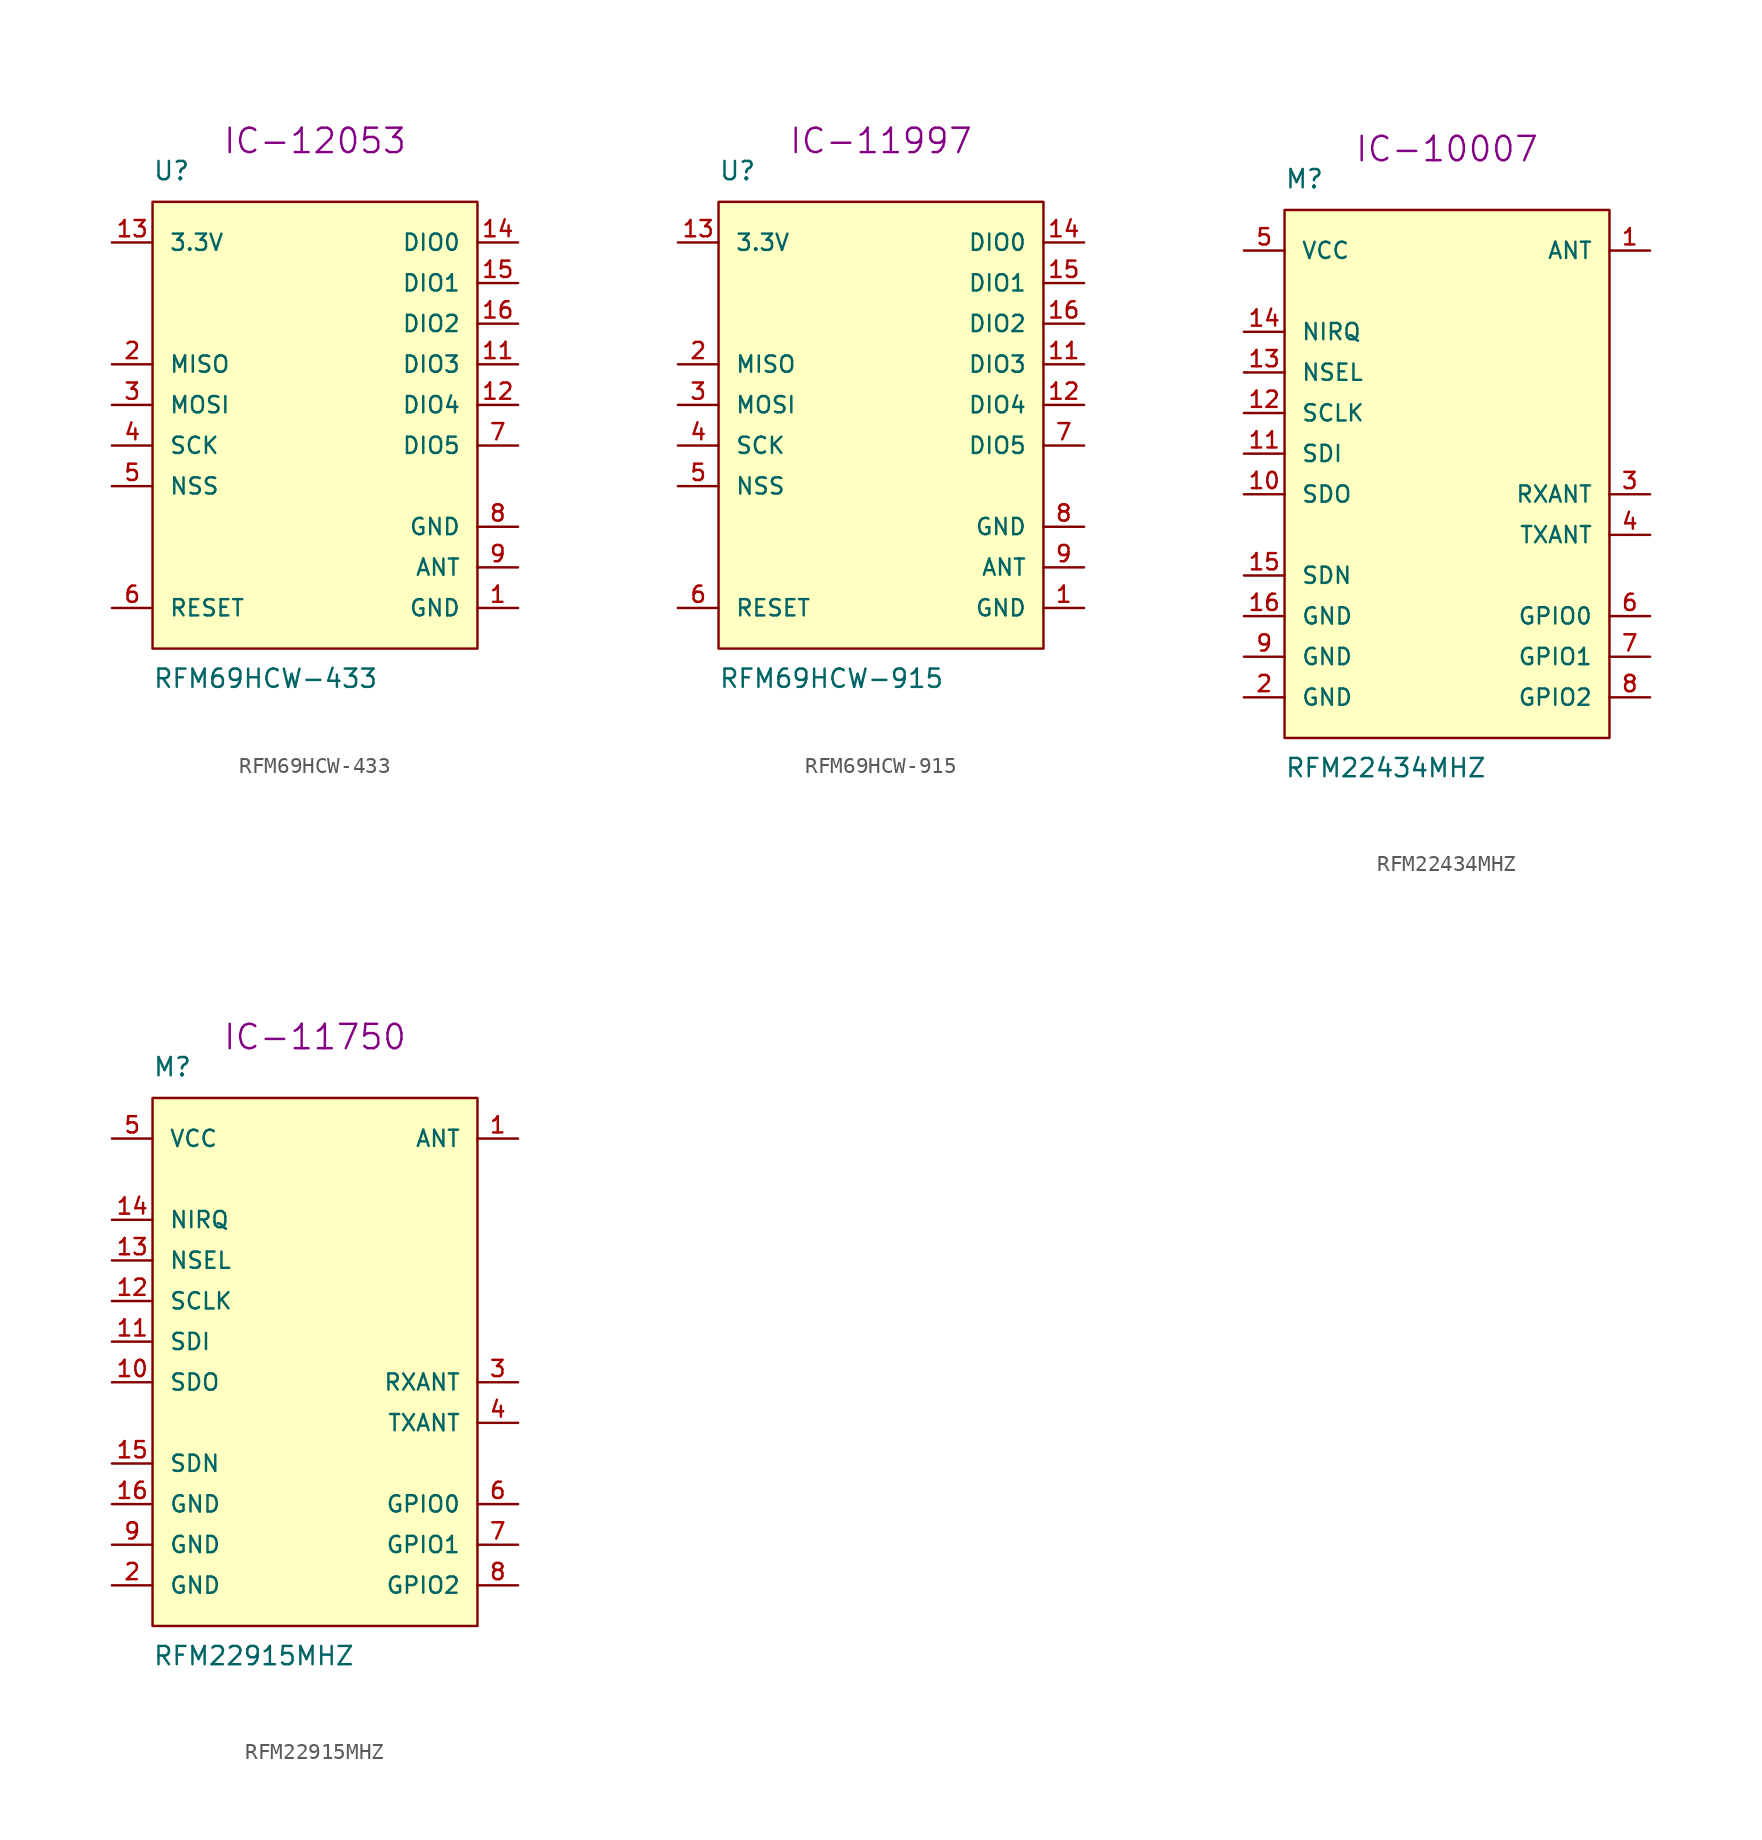
<source format=kicad_sym>
(kicad_symbol_lib
  (version 20201005)
  (generator kicad_symbol_editor)
  (symbol "RFM69HCW-433"
    (pin_names
      (offset 1.016))
    (property "Reference" "U"
      (at -10.16 16.51 0)
      (effects (font (size 1.143 1.143)) (justify left bottom)))
    (property "Value" "RFM69HCW-433"
      (at -10.16 -15.24 0)
      (effects (font (size 1.143 1.143)) (justify left bottom)))
    (property "Field4" "IC-12053"
      (at 0 19.05 0)
      (effects (font (size 1.524 1.524))))
    (property "ki_locked" ""
      (at 0 0 0)
      (effects (font (size 1.27 1.27))))
    (symbol "RFM69HCW-433_1_1"
      (polyline (pts (xy -10.16 15.24) (xy -10.16 -12.7) (xy 10.16 -12.7) (xy 10.16 15.24) (xy -10.16 15.24)) (stroke (width 0)) (fill (type background)))
      (pin power_in line (at 12.7 -10.16 180) (length 2.54) (name "GND" (effects (font (size 1.016 1.016)))) (number "1" (effects (font (size 1.016 1.016)))))
      (pin bidirectional line (at -12.7 5.08 0) (length 2.54) (name "MISO" (effects (font (size 1.016 1.016)))) (number "2" (effects (font (size 1.016 1.016)))))
      (pin input line (at -12.7 2.54 0) (length 2.54) (name "MOSI" (effects (font (size 1.016 1.016)))) (number "3" (effects (font (size 1.016 1.016)))))
      (pin input line (at -12.7 0 0) (length 2.54) (name "SCK" (effects (font (size 1.016 1.016)))) (number "4" (effects (font (size 1.016 1.016)))))
      (pin input line (at -12.7 -2.54 0) (length 2.54) (name "NSS" (effects (font (size 1.016 1.016)))) (number "5" (effects (font (size 1.016 1.016)))))
      (pin input line (at -12.7 -10.16 0) (length 2.54) (name "RESET" (effects (font (size 1.016 1.016)))) (number "6" (effects (font (size 1.016 1.016)))))
      (pin bidirectional line (at 12.7 0 180) (length 2.54) (name "DIO5" (effects (font (size 1.016 1.016)))) (number "7" (effects (font (size 1.016 1.016)))))
      (pin power_in line (at 12.7 -5.08 180) (length 2.54) (name "GND" (effects (font (size 1.016 1.016)))) (number "8" (effects (font (size 1.016 1.016)))))
      (pin passive line (at 12.7 -7.62 180) (length 2.54) (name "ANT" (effects (font (size 1.016 1.016)))) (number "9" (effects (font (size 1.016 1.016)))))
      (pin power_in line (at 12.7 -5.08 180) (length 2.54) hide (name "GND" (effects (font (size 1.016 1.016)))) (number "10" (effects (font (size 1.016 1.016)))))
      (pin bidirectional line (at 12.7 5.08 180) (length 2.54) (name "DIO3" (effects (font (size 1.016 1.016)))) (number "11" (effects (font (size 1.016 1.016)))))
      (pin bidirectional line (at 12.7 2.54 180) (length 2.54) (name "DIO4" (effects (font (size 1.016 1.016)))) (number "12" (effects (font (size 1.016 1.016)))))
      (pin power_in line (at -12.7 12.7 0) (length 2.54) (name "3.3V" (effects (font (size 1.016 1.016)))) (number "13" (effects (font (size 1.016 1.016)))))
      (pin bidirectional line (at 12.7 12.7 180) (length 2.54) (name "DIO0" (effects (font (size 1.016 1.016)))) (number "14" (effects (font (size 1.016 1.016)))))
      (pin bidirectional line (at 12.7 10.16 180) (length 2.54) (name "DIO1" (effects (font (size 1.016 1.016)))) (number "15" (effects (font (size 1.016 1.016)))))
      (pin bidirectional line (at 12.7 7.62 180) (length 2.54) (name "DIO2" (effects (font (size 1.016 1.016)))) (number "16" (effects (font (size 1.016 1.016)))))))
  (symbol "RFM69HCW-915"
    (pin_names
      (offset 1.016))
    (property "Reference" "U"
      (at -10.16 16.51 0)
      (effects (font (size 1.143 1.143)) (justify left bottom)))
    (property "Value" "RFM69HCW-915"
      (at -10.16 -15.24 0)
      (effects (font (size 1.143 1.143)) (justify left bottom)))
    (property "Field4" "IC-11997"
      (at 0 19.05 0)
      (effects (font (size 1.524 1.524))))
    (property "ki_locked" ""
      (at 0 0 0)
      (effects (font (size 1.27 1.27))))
    (symbol "RFM69HCW-915_1_1"
      (polyline (pts (xy -10.16 15.24) (xy -10.16 -12.7) (xy 10.16 -12.7) (xy 10.16 15.24) (xy -10.16 15.24)) (stroke (width 0)) (fill (type background)))
      (pin power_in line (at 12.7 -10.16 180) (length 2.54) (name "GND" (effects (font (size 1.016 1.016)))) (number "1" (effects (font (size 1.016 1.016)))))
      (pin bidirectional line (at -12.7 5.08 0) (length 2.54) (name "MISO" (effects (font (size 1.016 1.016)))) (number "2" (effects (font (size 1.016 1.016)))))
      (pin input line (at -12.7 2.54 0) (length 2.54) (name "MOSI" (effects (font (size 1.016 1.016)))) (number "3" (effects (font (size 1.016 1.016)))))
      (pin input line (at -12.7 0 0) (length 2.54) (name "SCK" (effects (font (size 1.016 1.016)))) (number "4" (effects (font (size 1.016 1.016)))))
      (pin input line (at -12.7 -2.54 0) (length 2.54) (name "NSS" (effects (font (size 1.016 1.016)))) (number "5" (effects (font (size 1.016 1.016)))))
      (pin input line (at -12.7 -10.16 0) (length 2.54) (name "RESET" (effects (font (size 1.016 1.016)))) (number "6" (effects (font (size 1.016 1.016)))))
      (pin bidirectional line (at 12.7 0 180) (length 2.54) (name "DIO5" (effects (font (size 1.016 1.016)))) (number "7" (effects (font (size 1.016 1.016)))))
      (pin power_in line (at 12.7 -5.08 180) (length 2.54) (name "GND" (effects (font (size 1.016 1.016)))) (number "8" (effects (font (size 1.016 1.016)))))
      (pin passive line (at 12.7 -7.62 180) (length 2.54) (name "ANT" (effects (font (size 1.016 1.016)))) (number "9" (effects (font (size 1.016 1.016)))))
      (pin power_in line (at 12.7 -5.08 180) (length 2.54) hide (name "GND" (effects (font (size 1.016 1.016)))) (number "10" (effects (font (size 1.016 1.016)))))
      (pin bidirectional line (at 12.7 5.08 180) (length 2.54) (name "DIO3" (effects (font (size 1.016 1.016)))) (number "11" (effects (font (size 1.016 1.016)))))
      (pin bidirectional line (at 12.7 2.54 180) (length 2.54) (name "DIO4" (effects (font (size 1.016 1.016)))) (number "12" (effects (font (size 1.016 1.016)))))
      (pin power_in line (at -12.7 12.7 0) (length 2.54) (name "3.3V" (effects (font (size 1.016 1.016)))) (number "13" (effects (font (size 1.016 1.016)))))
      (pin bidirectional line (at 12.7 12.7 180) (length 2.54) (name "DIO0" (effects (font (size 1.016 1.016)))) (number "14" (effects (font (size 1.016 1.016)))))
      (pin bidirectional line (at 12.7 10.16 180) (length 2.54) (name "DIO1" (effects (font (size 1.016 1.016)))) (number "15" (effects (font (size 1.016 1.016)))))
      (pin bidirectional line (at 12.7 7.62 180) (length 2.54) (name "DIO2" (effects (font (size 1.016 1.016)))) (number "16" (effects (font (size 1.016 1.016)))))))
  (symbol "RFM22434MHZ"
    (pin_names
      (offset 1.016))
    (property "Reference" "M"
      (at -10.16 16.51 0)
      (effects (font (size 1.143 1.143)) (justify left bottom)))
    (property "Value" "RFM22434MHZ"
      (at -10.16 -20.32 0)
      (effects (font (size 1.143 1.143)) (justify left bottom)))
    (property "Field4" "IC-10007"
      (at 0 19.05 0)
      (effects (font (size 1.524 1.524))))
    (property "ki_locked" ""
      (at 0 0 0)
      (effects (font (size 1.27 1.27))))
    (symbol "RFM22434MHZ_1_1"
      (polyline (pts (xy -10.16 15.24) (xy -10.16 -17.78) (xy 10.16 -17.78) (xy 10.16 15.24) (xy -10.16 15.24)) (stroke (width 0)) (fill (type background)))
      (pin bidirectional line (at 12.7 12.7 180) (length 2.54) (name "ANT" (effects (font (size 1.016 1.016)))) (number "1" (effects (font (size 1.016 1.016)))))
      (pin power_in line (at -12.7 -15.24 0) (length 2.54) (name "GND" (effects (font (size 1.016 1.016)))) (number "2" (effects (font (size 1.016 1.016)))))
      (pin input line (at 12.7 -2.54 180) (length 2.54) (name "RXANT" (effects (font (size 1.016 1.016)))) (number "3" (effects (font (size 1.016 1.016)))))
      (pin input line (at 12.7 -5.08 180) (length 2.54) (name "TXANT" (effects (font (size 1.016 1.016)))) (number "4" (effects (font (size 1.016 1.016)))))
      (pin bidirectional line (at -12.7 12.7 0) (length 2.54) (name "VCC" (effects (font (size 1.016 1.016)))) (number "5" (effects (font (size 1.016 1.016)))))
      (pin bidirectional line (at 12.7 -10.16 180) (length 2.54) (name "GPIO0" (effects (font (size 1.016 1.016)))) (number "6" (effects (font (size 1.016 1.016)))))
      (pin bidirectional line (at 12.7 -12.7 180) (length 2.54) (name "GPIO1" (effects (font (size 1.016 1.016)))) (number "7" (effects (font (size 1.016 1.016)))))
      (pin bidirectional line (at 12.7 -15.24 180) (length 2.54) (name "GPIO2" (effects (font (size 1.016 1.016)))) (number "8" (effects (font (size 1.016 1.016)))))
      (pin power_in line (at -12.7 -12.7 0) (length 2.54) (name "GND" (effects (font (size 1.016 1.016)))) (number "9" (effects (font (size 1.016 1.016)))))
      (pin output line (at -12.7 -2.54 0) (length 2.54) (name "SDO" (effects (font (size 1.016 1.016)))) (number "10" (effects (font (size 1.016 1.016)))))
      (pin input line (at -12.7 0 0) (length 2.54) (name "SDI" (effects (font (size 1.016 1.016)))) (number "11" (effects (font (size 1.016 1.016)))))
      (pin input line (at -12.7 2.54 0) (length 2.54) (name "SCLK" (effects (font (size 1.016 1.016)))) (number "12" (effects (font (size 1.016 1.016)))))
      (pin input line (at -12.7 5.08 0) (length 2.54) (name "NSEL" (effects (font (size 1.016 1.016)))) (number "13" (effects (font (size 1.016 1.016)))))
      (pin output line (at -12.7 7.62 0) (length 2.54) (name "NIRQ" (effects (font (size 1.016 1.016)))) (number "14" (effects (font (size 1.016 1.016)))))
      (pin input line (at -12.7 -7.62 0) (length 2.54) (name "SDN" (effects (font (size 1.016 1.016)))) (number "15" (effects (font (size 1.016 1.016)))))
      (pin power_in line (at -12.7 -10.16 0) (length 2.54) (name "GND" (effects (font (size 1.016 1.016)))) (number "16" (effects (font (size 1.016 1.016)))))))
  (symbol "RFM22915MHZ"
    (pin_names
      (offset 1.016))
    (property "Reference" "M"
      (at -10.16 16.51 0)
      (effects (font (size 1.143 1.143)) (justify left bottom)))
    (property "Value" "RFM22915MHZ"
      (at -10.16 -20.32 0)
      (effects (font (size 1.143 1.143)) (justify left bottom)))
    (property "Field4" "IC-11750"
      (at 0 19.05 0)
      (effects (font (size 1.524 1.524))))
    (property "ki_locked" ""
      (at 0 0 0)
      (effects (font (size 1.27 1.27))))
    (symbol "RFM22915MHZ_1_1"
      (polyline (pts (xy -10.16 15.24) (xy -10.16 -17.78) (xy 10.16 -17.78) (xy 10.16 15.24) (xy -10.16 15.24)) (stroke (width 0)) (fill (type background)))
      (pin bidirectional line (at 12.7 12.7 180) (length 2.54) (name "ANT" (effects (font (size 1.016 1.016)))) (number "1" (effects (font (size 1.016 1.016)))))
      (pin power_in line (at -12.7 -15.24 0) (length 2.54) (name "GND" (effects (font (size 1.016 1.016)))) (number "2" (effects (font (size 1.016 1.016)))))
      (pin input line (at 12.7 -2.54 180) (length 2.54) (name "RXANT" (effects (font (size 1.016 1.016)))) (number "3" (effects (font (size 1.016 1.016)))))
      (pin input line (at 12.7 -5.08 180) (length 2.54) (name "TXANT" (effects (font (size 1.016 1.016)))) (number "4" (effects (font (size 1.016 1.016)))))
      (pin bidirectional line (at -12.7 12.7 0) (length 2.54) (name "VCC" (effects (font (size 1.016 1.016)))) (number "5" (effects (font (size 1.016 1.016)))))
      (pin bidirectional line (at 12.7 -10.16 180) (length 2.54) (name "GPIO0" (effects (font (size 1.016 1.016)))) (number "6" (effects (font (size 1.016 1.016)))))
      (pin bidirectional line (at 12.7 -12.7 180) (length 2.54) (name "GPIO1" (effects (font (size 1.016 1.016)))) (number "7" (effects (font (size 1.016 1.016)))))
      (pin bidirectional line (at 12.7 -15.24 180) (length 2.54) (name "GPIO2" (effects (font (size 1.016 1.016)))) (number "8" (effects (font (size 1.016 1.016)))))
      (pin power_in line (at -12.7 -12.7 0) (length 2.54) (name "GND" (effects (font (size 1.016 1.016)))) (number "9" (effects (font (size 1.016 1.016)))))
      (pin output line (at -12.7 -2.54 0) (length 2.54) (name "SDO" (effects (font (size 1.016 1.016)))) (number "10" (effects (font (size 1.016 1.016)))))
      (pin input line (at -12.7 0 0) (length 2.54) (name "SDI" (effects (font (size 1.016 1.016)))) (number "11" (effects (font (size 1.016 1.016)))))
      (pin input line (at -12.7 2.54 0) (length 2.54) (name "SCLK" (effects (font (size 1.016 1.016)))) (number "12" (effects (font (size 1.016 1.016)))))
      (pin input line (at -12.7 5.08 0) (length 2.54) (name "NSEL" (effects (font (size 1.016 1.016)))) (number "13" (effects (font (size 1.016 1.016)))))
      (pin output line (at -12.7 7.62 0) (length 2.54) (name "NIRQ" (effects (font (size 1.016 1.016)))) (number "14" (effects (font (size 1.016 1.016)))))
      (pin input line (at -12.7 -7.62 0) (length 2.54) (name "SDN" (effects (font (size 1.016 1.016)))) (number "15" (effects (font (size 1.016 1.016)))))
      (pin power_in line (at -12.7 -10.16 0) (length 2.54) (name "GND" (effects (font (size 1.016 1.016)))) (number "16" (effects (font (size 1.016 1.016))))))))
</source>
